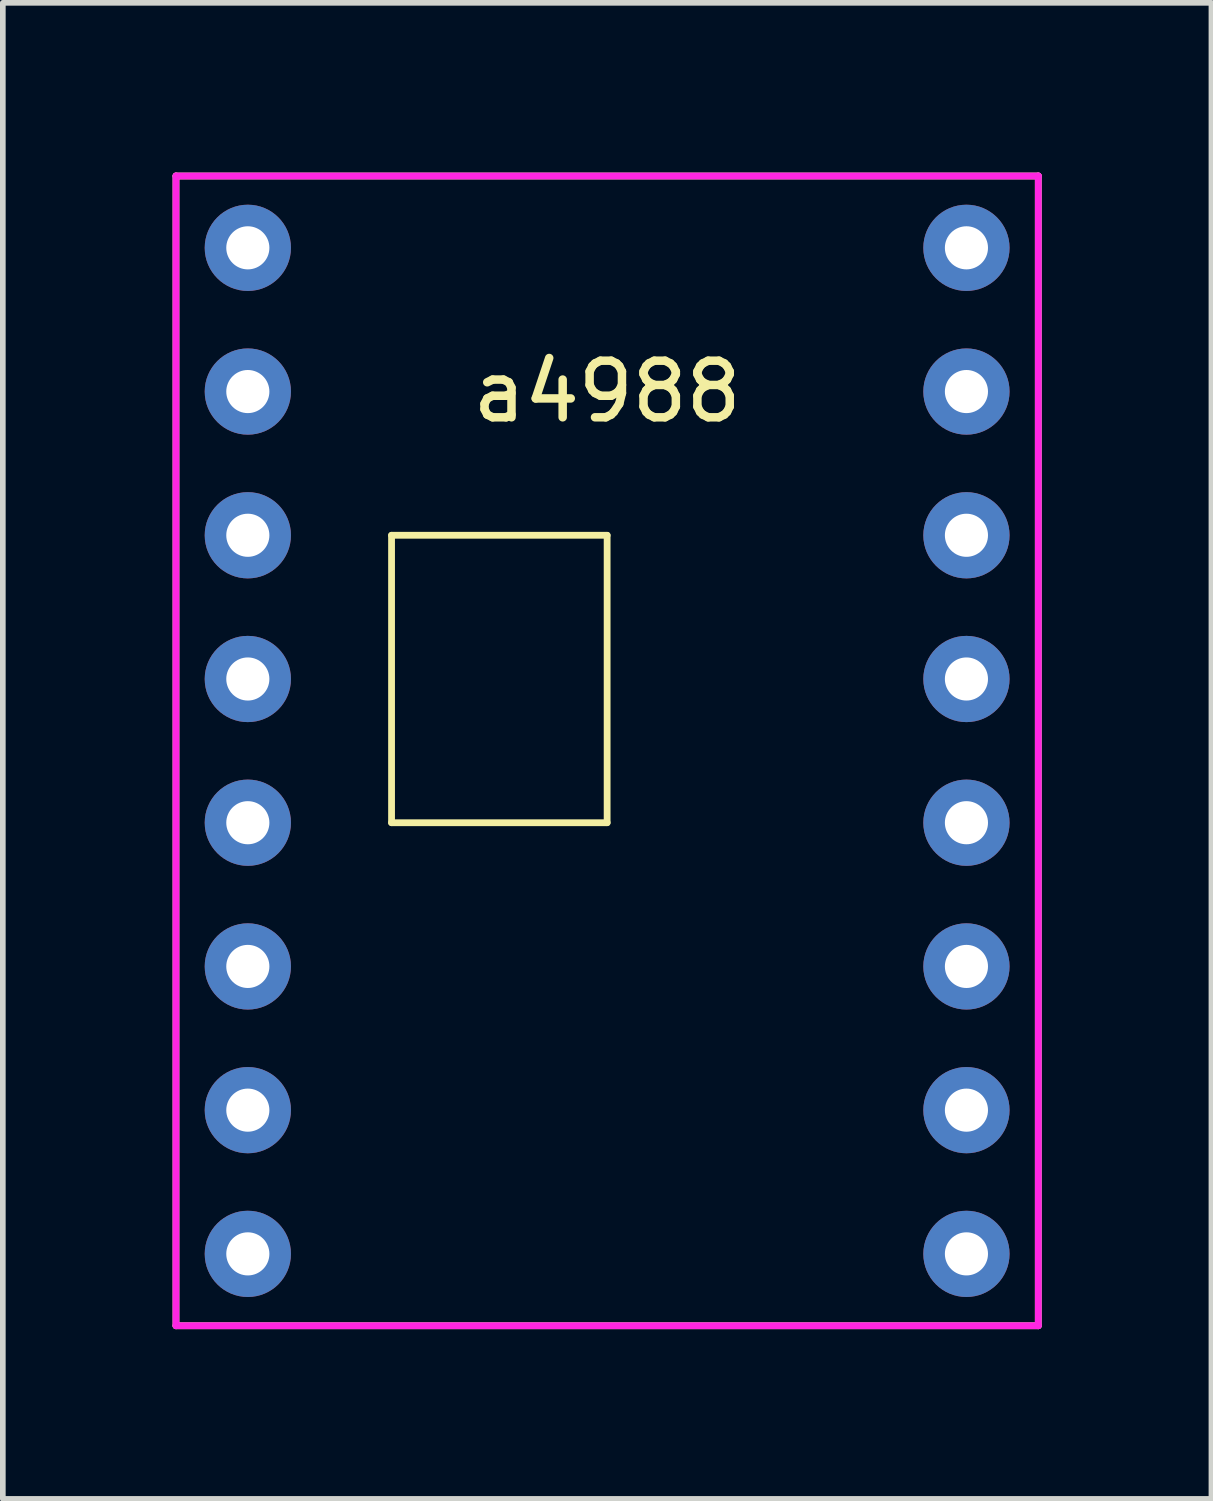
<source format=kicad_pcb>
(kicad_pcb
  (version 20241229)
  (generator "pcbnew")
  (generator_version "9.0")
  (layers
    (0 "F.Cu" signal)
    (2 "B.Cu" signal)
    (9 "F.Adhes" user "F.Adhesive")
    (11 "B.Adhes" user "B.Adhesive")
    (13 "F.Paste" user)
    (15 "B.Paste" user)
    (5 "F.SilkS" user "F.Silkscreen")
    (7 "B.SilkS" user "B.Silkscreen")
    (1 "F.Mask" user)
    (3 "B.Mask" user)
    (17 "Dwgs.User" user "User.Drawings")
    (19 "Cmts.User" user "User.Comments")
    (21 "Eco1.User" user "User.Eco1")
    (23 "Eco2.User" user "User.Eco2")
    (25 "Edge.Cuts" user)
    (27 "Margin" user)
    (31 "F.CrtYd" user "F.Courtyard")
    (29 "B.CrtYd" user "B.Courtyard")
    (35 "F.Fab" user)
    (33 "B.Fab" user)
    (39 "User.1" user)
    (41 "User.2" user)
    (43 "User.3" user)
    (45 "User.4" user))
  (footprint "a4988"
    (layer "F.Cu")
    (at 7.68 7.68)
    (property "Reference" "a4988" (at 0 -3.81 0) (layer "F.SilkS") (effects (font (size 1 1) (thickness 0.15))))
    (attr through_hole)
    (fp_line (start -7.62 -7.62) (end -7.62 12.7) (stroke (width 0.12) (type solid)) (layer "F.SilkS"))
    (fp_line (start -7.62 12.7) (end 7.62 12.7) (stroke (width 0.12) (type solid)) (layer "F.SilkS"))
    (fp_line (start -3.81 -1.27) (end -3.81 3.81) (stroke (width 0.12) (type solid)) (layer "F.SilkS"))
    (fp_line (start -3.81 3.81) (end 0 3.81) (stroke (width 0.12) (type solid)) (layer "F.SilkS"))
    (fp_line (start 0 -1.27) (end -3.81 -1.27) (stroke (width 0.12) (type solid)) (layer "F.SilkS"))
    (fp_line (start 0 3.81) (end 0 -1.27) (stroke (width 0.12) (type solid)) (layer "F.SilkS"))
    (fp_line (start 7.62 -7.62) (end -7.62 -7.62) (stroke (width 0.12) (type solid)) (layer "F.SilkS"))
    (fp_line (start 7.62 12.7) (end 7.62 -7.62) (stroke (width 0.12) (type solid)) (layer "F.SilkS"))
    (fp_line (start -7.62 -7.62) (end -7.62 12.7) (stroke (width 0.12) (type solid)) (layer "F.CrtYd"))
    (fp_line (start -7.62 12.7) (end 7.62 12.7) (stroke (width 0.12) (type solid)) (layer "F.CrtYd"))
    (fp_line (start 7.62 -7.62) (end -7.62 -7.62) (stroke (width 0.12) (type solid)) (layer "F.CrtYd"))
    (fp_line (start 7.62 12.7) (end 7.62 -7.62) (stroke (width 0.12) (type solid)) (layer "F.CrtYd"))
    (pad "1" thru_hole circle (at 6.35 11.43) (size 1.524 1.524) (drill 0.762) (layers "*.Cu" "*.Mask"))
    (pad "2" thru_hole circle (at 6.35 8.89) (size 1.524 1.524) (drill 0.762) (layers "*.Cu" "*.Mask"))
    (pad "3" thru_hole circle (at 6.35 6.35) (size 1.524 1.524) (drill 0.762) (layers "*.Cu" "*.Mask"))
    (pad "4" thru_hole circle (at 6.35 3.81) (size 1.524 1.524) (drill 0.762) (layers "*.Cu" "*.Mask"))
    (pad "5" thru_hole circle (at 6.35 1.27) (size 1.524 1.524) (drill 0.762) (layers "*.Cu" "*.Mask"))
    (pad "6" thru_hole circle (at 6.35 -1.27) (size 1.524 1.524) (drill 0.762) (layers "*.Cu" "*.Mask"))
    (pad "7" thru_hole circle (at 6.35 -3.81) (size 1.524 1.524) (drill 0.762) (layers "*.Cu" "*.Mask"))
    (pad "8" thru_hole circle (at 6.35 -6.35) (size 1.524 1.524) (drill 0.762) (layers "*.Cu" "*.Mask"))
    (pad "9" thru_hole circle (at -6.35 -6.35) (size 1.524 1.524) (drill 0.762) (layers "*.Cu" "*.Mask"))
    (pad "10" thru_hole circle (at -6.35 -3.81) (size 1.524 1.524) (drill 0.762) (layers "*.Cu" "*.Mask"))
    (pad "11" thru_hole circle (at -6.35 -1.27) (size 1.524 1.524) (drill 0.762) (layers "*.Cu" "*.Mask"))
    (pad "12" thru_hole circle (at -6.35 1.27) (size 1.524 1.524) (drill 0.762) (layers "*.Cu" "*.Mask"))
    (pad "13" thru_hole circle (at -6.35 3.81) (size 1.524 1.524) (drill 0.762) (layers "*.Cu" "*.Mask"))
    (pad "14" thru_hole circle (at -6.35 6.35) (size 1.524 1.524) (drill 0.762) (layers "*.Cu" "*.Mask"))
    (pad "15" thru_hole circle (at -6.35 8.89) (size 1.524 1.524) (drill 0.762) (layers "*.Cu" "*.Mask"))
    (pad "16" thru_hole circle (at -6.35 11.43) (size 1.524 1.524) (drill 0.762) (layers "*.Cu" "*.Mask")))
  (gr_rect
    (start -3 -3)
    (end 18.36 23.44)
    (stroke (width 0.1) (type default))
    (fill no)
    (layer "Edge.Cuts")))
</source>
